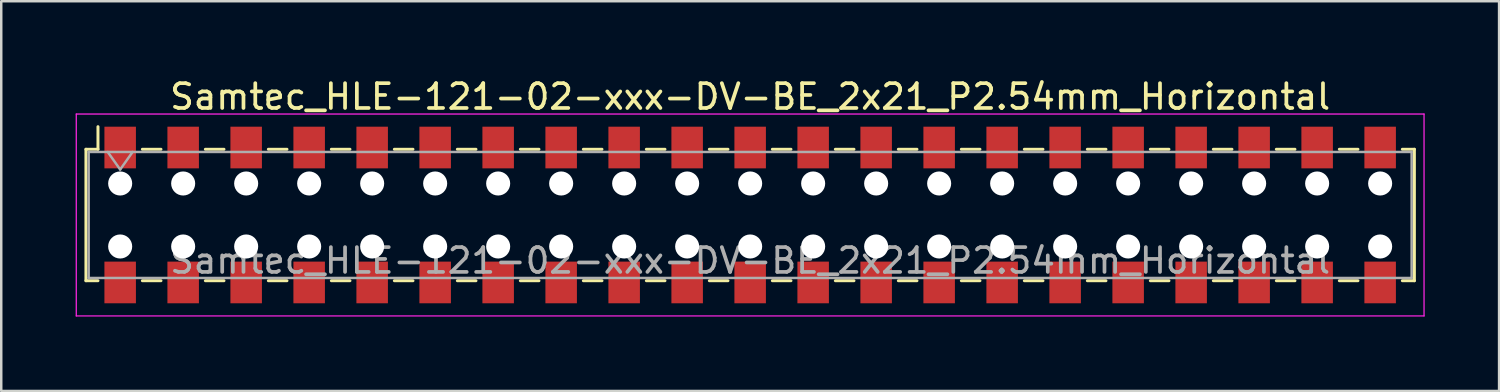
<source format=kicad_pcb>
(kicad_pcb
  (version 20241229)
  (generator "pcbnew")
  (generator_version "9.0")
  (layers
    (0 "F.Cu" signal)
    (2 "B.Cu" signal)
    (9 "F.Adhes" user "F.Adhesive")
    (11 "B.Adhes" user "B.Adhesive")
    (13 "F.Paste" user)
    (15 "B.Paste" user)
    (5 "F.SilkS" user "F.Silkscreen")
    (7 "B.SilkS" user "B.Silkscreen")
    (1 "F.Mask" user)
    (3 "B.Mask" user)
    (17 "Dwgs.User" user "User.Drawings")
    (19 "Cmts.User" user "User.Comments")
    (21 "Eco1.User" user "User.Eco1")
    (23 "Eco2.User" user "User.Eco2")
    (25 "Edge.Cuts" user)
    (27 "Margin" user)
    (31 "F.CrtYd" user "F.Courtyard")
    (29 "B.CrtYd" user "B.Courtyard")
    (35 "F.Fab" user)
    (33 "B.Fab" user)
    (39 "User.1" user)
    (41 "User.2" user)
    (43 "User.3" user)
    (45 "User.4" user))
  (footprint "Samtec_HLE-121-02-xxx-DV-BE_2x21_P2.54mm_Horizontal"
    (layer "F.Cu")
    (at 27.195 5.618)
    (property "Reference" "Samtec_HLE-121-02-xxx-DV-BE_2x21_P2.54mm_Horizontal" (at 0 -4.77 0) (layer "F.SilkS") (effects (font (size 1 1) (thickness 0.15))))
    (attr smd)
    (fp_line (start -26.78 -2.65) (end -26.78 2.65) (stroke (width 0.12) (type solid)) (layer "F.SilkS"))
    (fp_line (start -26.78 2.65) (end -26.295 2.65) (stroke (width 0.12) (type solid)) (layer "F.SilkS"))
    (fp_line (start -26.295 -3.56) (end -26.295 -2.65) (stroke (width 0.12) (type solid)) (layer "F.SilkS"))
    (fp_line (start -26.295 -2.65) (end -26.78 -2.65) (stroke (width 0.12) (type solid)) (layer "F.SilkS"))
    (fp_line (start -24.505 -2.65) (end -23.755 -2.65) (stroke (width 0.12) (type solid)) (layer "F.SilkS"))
    (fp_line (start -24.505 2.65) (end -23.755 2.65) (stroke (width 0.12) (type solid)) (layer "F.SilkS"))
    (fp_line (start -21.965 -2.65) (end -21.215 -2.65) (stroke (width 0.12) (type solid)) (layer "F.SilkS"))
    (fp_line (start -21.965 2.65) (end -21.215 2.65) (stroke (width 0.12) (type solid)) (layer "F.SilkS"))
    (fp_line (start -19.425 -2.65) (end -18.675 -2.65) (stroke (width 0.12) (type solid)) (layer "F.SilkS"))
    (fp_line (start -19.425 2.65) (end -18.675 2.65) (stroke (width 0.12) (type solid)) (layer "F.SilkS"))
    (fp_line (start -16.885 -2.65) (end -16.135 -2.65) (stroke (width 0.12) (type solid)) (layer "F.SilkS"))
    (fp_line (start -16.885 2.65) (end -16.135 2.65) (stroke (width 0.12) (type solid)) (layer "F.SilkS"))
    (fp_line (start -14.345 -2.65) (end -13.595 -2.65) (stroke (width 0.12) (type solid)) (layer "F.SilkS"))
    (fp_line (start -14.345 2.65) (end -13.595 2.65) (stroke (width 0.12) (type solid)) (layer "F.SilkS"))
    (fp_line (start -11.805 -2.65) (end -11.055 -2.65) (stroke (width 0.12) (type solid)) (layer "F.SilkS"))
    (fp_line (start -11.805 2.65) (end -11.055 2.65) (stroke (width 0.12) (type solid)) (layer "F.SilkS"))
    (fp_line (start -9.265 -2.65) (end -8.515 -2.65) (stroke (width 0.12) (type solid)) (layer "F.SilkS"))
    (fp_line (start -9.265 2.65) (end -8.515 2.65) (stroke (width 0.12) (type solid)) (layer "F.SilkS"))
    (fp_line (start -6.725 -2.65) (end -5.975 -2.65) (stroke (width 0.12) (type solid)) (layer "F.SilkS"))
    (fp_line (start -6.725 2.65) (end -5.975 2.65) (stroke (width 0.12) (type solid)) (layer "F.SilkS"))
    (fp_line (start -4.185 -2.65) (end -3.435 -2.65) (stroke (width 0.12) (type solid)) (layer "F.SilkS"))
    (fp_line (start -4.185 2.65) (end -3.435 2.65) (stroke (width 0.12) (type solid)) (layer "F.SilkS"))
    (fp_line (start -1.645 -2.65) (end -0.895 -2.65) (stroke (width 0.12) (type solid)) (layer "F.SilkS"))
    (fp_line (start -1.645 2.65) (end -0.895 2.65) (stroke (width 0.12) (type solid)) (layer "F.SilkS"))
    (fp_line (start 0.895 -2.65) (end 1.645 -2.65) (stroke (width 0.12) (type solid)) (layer "F.SilkS"))
    (fp_line (start 0.895 2.65) (end 1.645 2.65) (stroke (width 0.12) (type solid)) (layer "F.SilkS"))
    (fp_line (start 3.435 -2.65) (end 4.185 -2.65) (stroke (width 0.12) (type solid)) (layer "F.SilkS"))
    (fp_line (start 3.435 2.65) (end 4.185 2.65) (stroke (width 0.12) (type solid)) (layer "F.SilkS"))
    (fp_line (start 5.975 -2.65) (end 6.725 -2.65) (stroke (width 0.12) (type solid)) (layer "F.SilkS"))
    (fp_line (start 5.975 2.65) (end 6.725 2.65) (stroke (width 0.12) (type solid)) (layer "F.SilkS"))
    (fp_line (start 8.515 -2.65) (end 9.265 -2.65) (stroke (width 0.12) (type solid)) (layer "F.SilkS"))
    (fp_line (start 8.515 2.65) (end 9.265 2.65) (stroke (width 0.12) (type solid)) (layer "F.SilkS"))
    (fp_line (start 11.055 -2.65) (end 11.805 -2.65) (stroke (width 0.12) (type solid)) (layer "F.SilkS"))
    (fp_line (start 11.055 2.65) (end 11.805 2.65) (stroke (width 0.12) (type solid)) (layer "F.SilkS"))
    (fp_line (start 13.595 -2.65) (end 14.345 -2.65) (stroke (width 0.12) (type solid)) (layer "F.SilkS"))
    (fp_line (start 13.595 2.65) (end 14.345 2.65) (stroke (width 0.12) (type solid)) (layer "F.SilkS"))
    (fp_line (start 16.135 -2.65) (end 16.885 -2.65) (stroke (width 0.12) (type solid)) (layer "F.SilkS"))
    (fp_line (start 16.135 2.65) (end 16.885 2.65) (stroke (width 0.12) (type solid)) (layer "F.SilkS"))
    (fp_line (start 18.675 -2.65) (end 19.425 -2.65) (stroke (width 0.12) (type solid)) (layer "F.SilkS"))
    (fp_line (start 18.675 2.65) (end 19.425 2.65) (stroke (width 0.12) (type solid)) (layer "F.SilkS"))
    (fp_line (start 21.215 -2.65) (end 21.965 -2.65) (stroke (width 0.12) (type solid)) (layer "F.SilkS"))
    (fp_line (start 21.215 2.65) (end 21.965 2.65) (stroke (width 0.12) (type solid)) (layer "F.SilkS"))
    (fp_line (start 23.755 -2.65) (end 24.505 -2.65) (stroke (width 0.12) (type solid)) (layer "F.SilkS"))
    (fp_line (start 23.755 2.65) (end 24.505 2.65) (stroke (width 0.12) (type solid)) (layer "F.SilkS"))
    (fp_line (start 26.295 -2.65) (end 26.78 -2.65) (stroke (width 0.12) (type solid)) (layer "F.SilkS"))
    (fp_line (start 26.78 -2.65) (end 26.78 2.65) (stroke (width 0.12) (type solid)) (layer "F.SilkS"))
    (fp_line (start 26.78 2.65) (end 26.295 2.65) (stroke (width 0.12) (type solid)) (layer "F.SilkS"))
    (fp_line (start -27.17 -4.07) (end 27.17 -4.07) (stroke (width 0.05) (type solid)) (layer "F.CrtYd"))
    (fp_line (start -27.17 4.07) (end -27.17 -4.07) (stroke (width 0.05) (type solid)) (layer "F.CrtYd"))
    (fp_line (start 27.17 -4.07) (end 27.17 4.07) (stroke (width 0.05) (type solid)) (layer "F.CrtYd"))
    (fp_line (start 27.17 4.07) (end -27.17 4.07) (stroke (width 0.05) (type solid)) (layer "F.CrtYd"))
    (fp_line (start -26.67 -2.54) (end 26.67 -2.54) (stroke (width 0.1) (type solid)) (layer "F.Fab"))
    (fp_line (start -26.67 2.54) (end -26.67 -2.54) (stroke (width 0.1) (type solid)) (layer "F.Fab"))
    (fp_line (start -25.9 -2.54) (end -25.4 -1.833) (stroke (width 0.1) (type solid)) (layer "F.Fab"))
    (fp_line (start -25.4 -1.833) (end -24.9 -2.54) (stroke (width 0.1) (type solid)) (layer "F.Fab"))
    (fp_line (start 26.67 -2.54) (end 26.67 2.54) (stroke (width 0.1) (type solid)) (layer "F.Fab"))
    (fp_line (start 26.67 2.54) (end -26.67 2.54) (stroke (width 0.1) (type solid)) (layer "F.Fab"))
    (fp_text user "${REFERENCE}" (at 0 1.84 0) (layer "F.Fab") (effects (font (size 1 1) (thickness 0.15))))
    (pad "" np_thru_hole circle (at -25.4 -1.27) (size 0.97 0.97) (drill 0.97) (layers "*.Cu" "*.Mask"))
    (pad "" np_thru_hole circle (at -25.4 1.27) (size 0.97 0.97) (drill 0.97) (layers "*.Cu" "*.Mask"))
    (pad "" np_thru_hole circle (at -22.86 -1.27) (size 0.97 0.97) (drill 0.97) (layers "*.Cu" "*.Mask"))
    (pad "" np_thru_hole circle (at -22.86 1.27) (size 0.97 0.97) (drill 0.97) (layers "*.Cu" "*.Mask"))
    (pad "" np_thru_hole circle (at -20.32 -1.27) (size 0.97 0.97) (drill 0.97) (layers "*.Cu" "*.Mask"))
    (pad "" np_thru_hole circle (at -20.32 1.27) (size 0.97 0.97) (drill 0.97) (layers "*.Cu" "*.Mask"))
    (pad "" np_thru_hole circle (at -17.78 -1.27) (size 0.97 0.97) (drill 0.97) (layers "*.Cu" "*.Mask"))
    (pad "" np_thru_hole circle (at -17.78 1.27) (size 0.97 0.97) (drill 0.97) (layers "*.Cu" "*.Mask"))
    (pad "" np_thru_hole circle (at -15.24 -1.27) (size 0.97 0.97) (drill 0.97) (layers "*.Cu" "*.Mask"))
    (pad "" np_thru_hole circle (at -15.24 1.27) (size 0.97 0.97) (drill 0.97) (layers "*.Cu" "*.Mask"))
    (pad "" np_thru_hole circle (at -12.7 -1.27) (size 0.97 0.97) (drill 0.97) (layers "*.Cu" "*.Mask"))
    (pad "" np_thru_hole circle (at -12.7 1.27) (size 0.97 0.97) (drill 0.97) (layers "*.Cu" "*.Mask"))
    (pad "" np_thru_hole circle (at -10.16 -1.27) (size 0.97 0.97) (drill 0.97) (layers "*.Cu" "*.Mask"))
    (pad "" np_thru_hole circle (at -10.16 1.27) (size 0.97 0.97) (drill 0.97) (layers "*.Cu" "*.Mask"))
    (pad "" np_thru_hole circle (at -7.62 -1.27) (size 0.97 0.97) (drill 0.97) (layers "*.Cu" "*.Mask"))
    (pad "" np_thru_hole circle (at -7.62 1.27) (size 0.97 0.97) (drill 0.97) (layers "*.Cu" "*.Mask"))
    (pad "" np_thru_hole circle (at -5.08 -1.27) (size 0.97 0.97) (drill 0.97) (layers "*.Cu" "*.Mask"))
    (pad "" np_thru_hole circle (at -5.08 1.27) (size 0.97 0.97) (drill 0.97) (layers "*.Cu" "*.Mask"))
    (pad "" np_thru_hole circle (at -2.54 -1.27) (size 0.97 0.97) (drill 0.97) (layers "*.Cu" "*.Mask"))
    (pad "" np_thru_hole circle (at -2.54 1.27) (size 0.97 0.97) (drill 0.97) (layers "*.Cu" "*.Mask"))
    (pad "" np_thru_hole circle (at 0 -1.27) (size 0.97 0.97) (drill 0.97) (layers "*.Cu" "*.Mask"))
    (pad "" np_thru_hole circle (at 0 1.27) (size 0.97 0.97) (drill 0.97) (layers "*.Cu" "*.Mask"))
    (pad "" np_thru_hole circle (at 2.54 -1.27) (size 0.97 0.97) (drill 0.97) (layers "*.Cu" "*.Mask"))
    (pad "" np_thru_hole circle (at 2.54 1.27) (size 0.97 0.97) (drill 0.97) (layers "*.Cu" "*.Mask"))
    (pad "" np_thru_hole circle (at 5.08 -1.27) (size 0.97 0.97) (drill 0.97) (layers "*.Cu" "*.Mask"))
    (pad "" np_thru_hole circle (at 5.08 1.27) (size 0.97 0.97) (drill 0.97) (layers "*.Cu" "*.Mask"))
    (pad "" np_thru_hole circle (at 7.62 -1.27) (size 0.97 0.97) (drill 0.97) (layers "*.Cu" "*.Mask"))
    (pad "" np_thru_hole circle (at 7.62 1.27) (size 0.97 0.97) (drill 0.97) (layers "*.Cu" "*.Mask"))
    (pad "" np_thru_hole circle (at 10.16 -1.27) (size 0.97 0.97) (drill 0.97) (layers "*.Cu" "*.Mask"))
    (pad "" np_thru_hole circle (at 10.16 1.27) (size 0.97 0.97) (drill 0.97) (layers "*.Cu" "*.Mask"))
    (pad "" np_thru_hole circle (at 12.7 -1.27) (size 0.97 0.97) (drill 0.97) (layers "*.Cu" "*.Mask"))
    (pad "" np_thru_hole circle (at 12.7 1.27) (size 0.97 0.97) (drill 0.97) (layers "*.Cu" "*.Mask"))
    (pad "" np_thru_hole circle (at 15.24 -1.27) (size 0.97 0.97) (drill 0.97) (layers "*.Cu" "*.Mask"))
    (pad "" np_thru_hole circle (at 15.24 1.27) (size 0.97 0.97) (drill 0.97) (layers "*.Cu" "*.Mask"))
    (pad "" np_thru_hole circle (at 17.78 -1.27) (size 0.97 0.97) (drill 0.97) (layers "*.Cu" "*.Mask"))
    (pad "" np_thru_hole circle (at 17.78 1.27) (size 0.97 0.97) (drill 0.97) (layers "*.Cu" "*.Mask"))
    (pad "" np_thru_hole circle (at 20.32 -1.27) (size 0.97 0.97) (drill 0.97) (layers "*.Cu" "*.Mask"))
    (pad "" np_thru_hole circle (at 20.32 1.27) (size 0.97 0.97) (drill 0.97) (layers "*.Cu" "*.Mask"))
    (pad "" np_thru_hole circle (at 22.86 -1.27) (size 0.97 0.97) (drill 0.97) (layers "*.Cu" "*.Mask"))
    (pad "" np_thru_hole circle (at 22.86 1.27) (size 0.97 0.97) (drill 0.97) (layers "*.Cu" "*.Mask"))
    (pad "" np_thru_hole circle (at 25.4 -1.27) (size 0.97 0.97) (drill 0.97) (layers "*.Cu" "*.Mask"))
    (pad "" np_thru_hole circle (at 25.4 1.27) (size 0.97 0.97) (drill 0.97) (layers "*.Cu" "*.Mask"))
    (pad "1" smd rect (at -25.4 -2.72) (size 1.27 1.68) (layers "F.Cu" "F.Mask" "F.Paste"))
    (pad "2" smd rect (at -25.4 2.72) (size 1.27 1.68) (layers "F.Cu" "F.Mask" "F.Paste"))
    (pad "3" smd rect (at -22.86 -2.72) (size 1.27 1.68) (layers "F.Cu" "F.Mask" "F.Paste"))
    (pad "4" smd rect (at -22.86 2.72) (size 1.27 1.68) (layers "F.Cu" "F.Mask" "F.Paste"))
    (pad "5" smd rect (at -20.32 -2.72) (size 1.27 1.68) (layers "F.Cu" "F.Mask" "F.Paste"))
    (pad "6" smd rect (at -20.32 2.72) (size 1.27 1.68) (layers "F.Cu" "F.Mask" "F.Paste"))
    (pad "7" smd rect (at -17.78 -2.72) (size 1.27 1.68) (layers "F.Cu" "F.Mask" "F.Paste"))
    (pad "8" smd rect (at -17.78 2.72) (size 1.27 1.68) (layers "F.Cu" "F.Mask" "F.Paste"))
    (pad "9" smd rect (at -15.24 -2.72) (size 1.27 1.68) (layers "F.Cu" "F.Mask" "F.Paste"))
    (pad "10" smd rect (at -15.24 2.72) (size 1.27 1.68) (layers "F.Cu" "F.Mask" "F.Paste"))
    (pad "11" smd rect (at -12.7 -2.72) (size 1.27 1.68) (layers "F.Cu" "F.Mask" "F.Paste"))
    (pad "12" smd rect (at -12.7 2.72) (size 1.27 1.68) (layers "F.Cu" "F.Mask" "F.Paste"))
    (pad "13" smd rect (at -10.16 -2.72) (size 1.27 1.68) (layers "F.Cu" "F.Mask" "F.Paste"))
    (pad "14" smd rect (at -10.16 2.72) (size 1.27 1.68) (layers "F.Cu" "F.Mask" "F.Paste"))
    (pad "15" smd rect (at -7.62 -2.72) (size 1.27 1.68) (layers "F.Cu" "F.Mask" "F.Paste"))
    (pad "16" smd rect (at -7.62 2.72) (size 1.27 1.68) (layers "F.Cu" "F.Mask" "F.Paste"))
    (pad "17" smd rect (at -5.08 -2.72) (size 1.27 1.68) (layers "F.Cu" "F.Mask" "F.Paste"))
    (pad "18" smd rect (at -5.08 2.72) (size 1.27 1.68) (layers "F.Cu" "F.Mask" "F.Paste"))
    (pad "19" smd rect (at -2.54 -2.72) (size 1.27 1.68) (layers "F.Cu" "F.Mask" "F.Paste"))
    (pad "20" smd rect (at -2.54 2.72) (size 1.27 1.68) (layers "F.Cu" "F.Mask" "F.Paste"))
    (pad "21" smd rect (at 0 -2.72) (size 1.27 1.68) (layers "F.Cu" "F.Mask" "F.Paste"))
    (pad "22" smd rect (at 0 2.72) (size 1.27 1.68) (layers "F.Cu" "F.Mask" "F.Paste"))
    (pad "23" smd rect (at 2.54 -2.72) (size 1.27 1.68) (layers "F.Cu" "F.Mask" "F.Paste"))
    (pad "24" smd rect (at 2.54 2.72) (size 1.27 1.68) (layers "F.Cu" "F.Mask" "F.Paste"))
    (pad "25" smd rect (at 5.08 -2.72) (size 1.27 1.68) (layers "F.Cu" "F.Mask" "F.Paste"))
    (pad "26" smd rect (at 5.08 2.72) (size 1.27 1.68) (layers "F.Cu" "F.Mask" "F.Paste"))
    (pad "27" smd rect (at 7.62 -2.72) (size 1.27 1.68) (layers "F.Cu" "F.Mask" "F.Paste"))
    (pad "28" smd rect (at 7.62 2.72) (size 1.27 1.68) (layers "F.Cu" "F.Mask" "F.Paste"))
    (pad "29" smd rect (at 10.16 -2.72) (size 1.27 1.68) (layers "F.Cu" "F.Mask" "F.Paste"))
    (pad "30" smd rect (at 10.16 2.72) (size 1.27 1.68) (layers "F.Cu" "F.Mask" "F.Paste"))
    (pad "31" smd rect (at 12.7 -2.72) (size 1.27 1.68) (layers "F.Cu" "F.Mask" "F.Paste"))
    (pad "32" smd rect (at 12.7 2.72) (size 1.27 1.68) (layers "F.Cu" "F.Mask" "F.Paste"))
    (pad "33" smd rect (at 15.24 -2.72) (size 1.27 1.68) (layers "F.Cu" "F.Mask" "F.Paste"))
    (pad "34" smd rect (at 15.24 2.72) (size 1.27 1.68) (layers "F.Cu" "F.Mask" "F.Paste"))
    (pad "35" smd rect (at 17.78 -2.72) (size 1.27 1.68) (layers "F.Cu" "F.Mask" "F.Paste"))
    (pad "36" smd rect (at 17.78 2.72) (size 1.27 1.68) (layers "F.Cu" "F.Mask" "F.Paste"))
    (pad "37" smd rect (at 20.32 -2.72) (size 1.27 1.68) (layers "F.Cu" "F.Mask" "F.Paste"))
    (pad "38" smd rect (at 20.32 2.72) (size 1.27 1.68) (layers "F.Cu" "F.Mask" "F.Paste"))
    (pad "39" smd rect (at 22.86 -2.72) (size 1.27 1.68) (layers "F.Cu" "F.Mask" "F.Paste"))
    (pad "40" smd rect (at 22.86 2.72) (size 1.27 1.68) (layers "F.Cu" "F.Mask" "F.Paste"))
    (pad "41" smd rect (at 25.4 -2.72) (size 1.27 1.68) (layers "F.Cu" "F.Mask" "F.Paste"))
    (pad "42" smd rect (at 25.4 2.72) (size 1.27 1.68) (layers "F.Cu" "F.Mask" "F.Paste")))
  (gr_rect
    (start -3 -3)
    (end 57.39 12.713)
    (stroke (width 0.1) (type default))
    (fill no)
    (layer "Edge.Cuts")))
</source>
